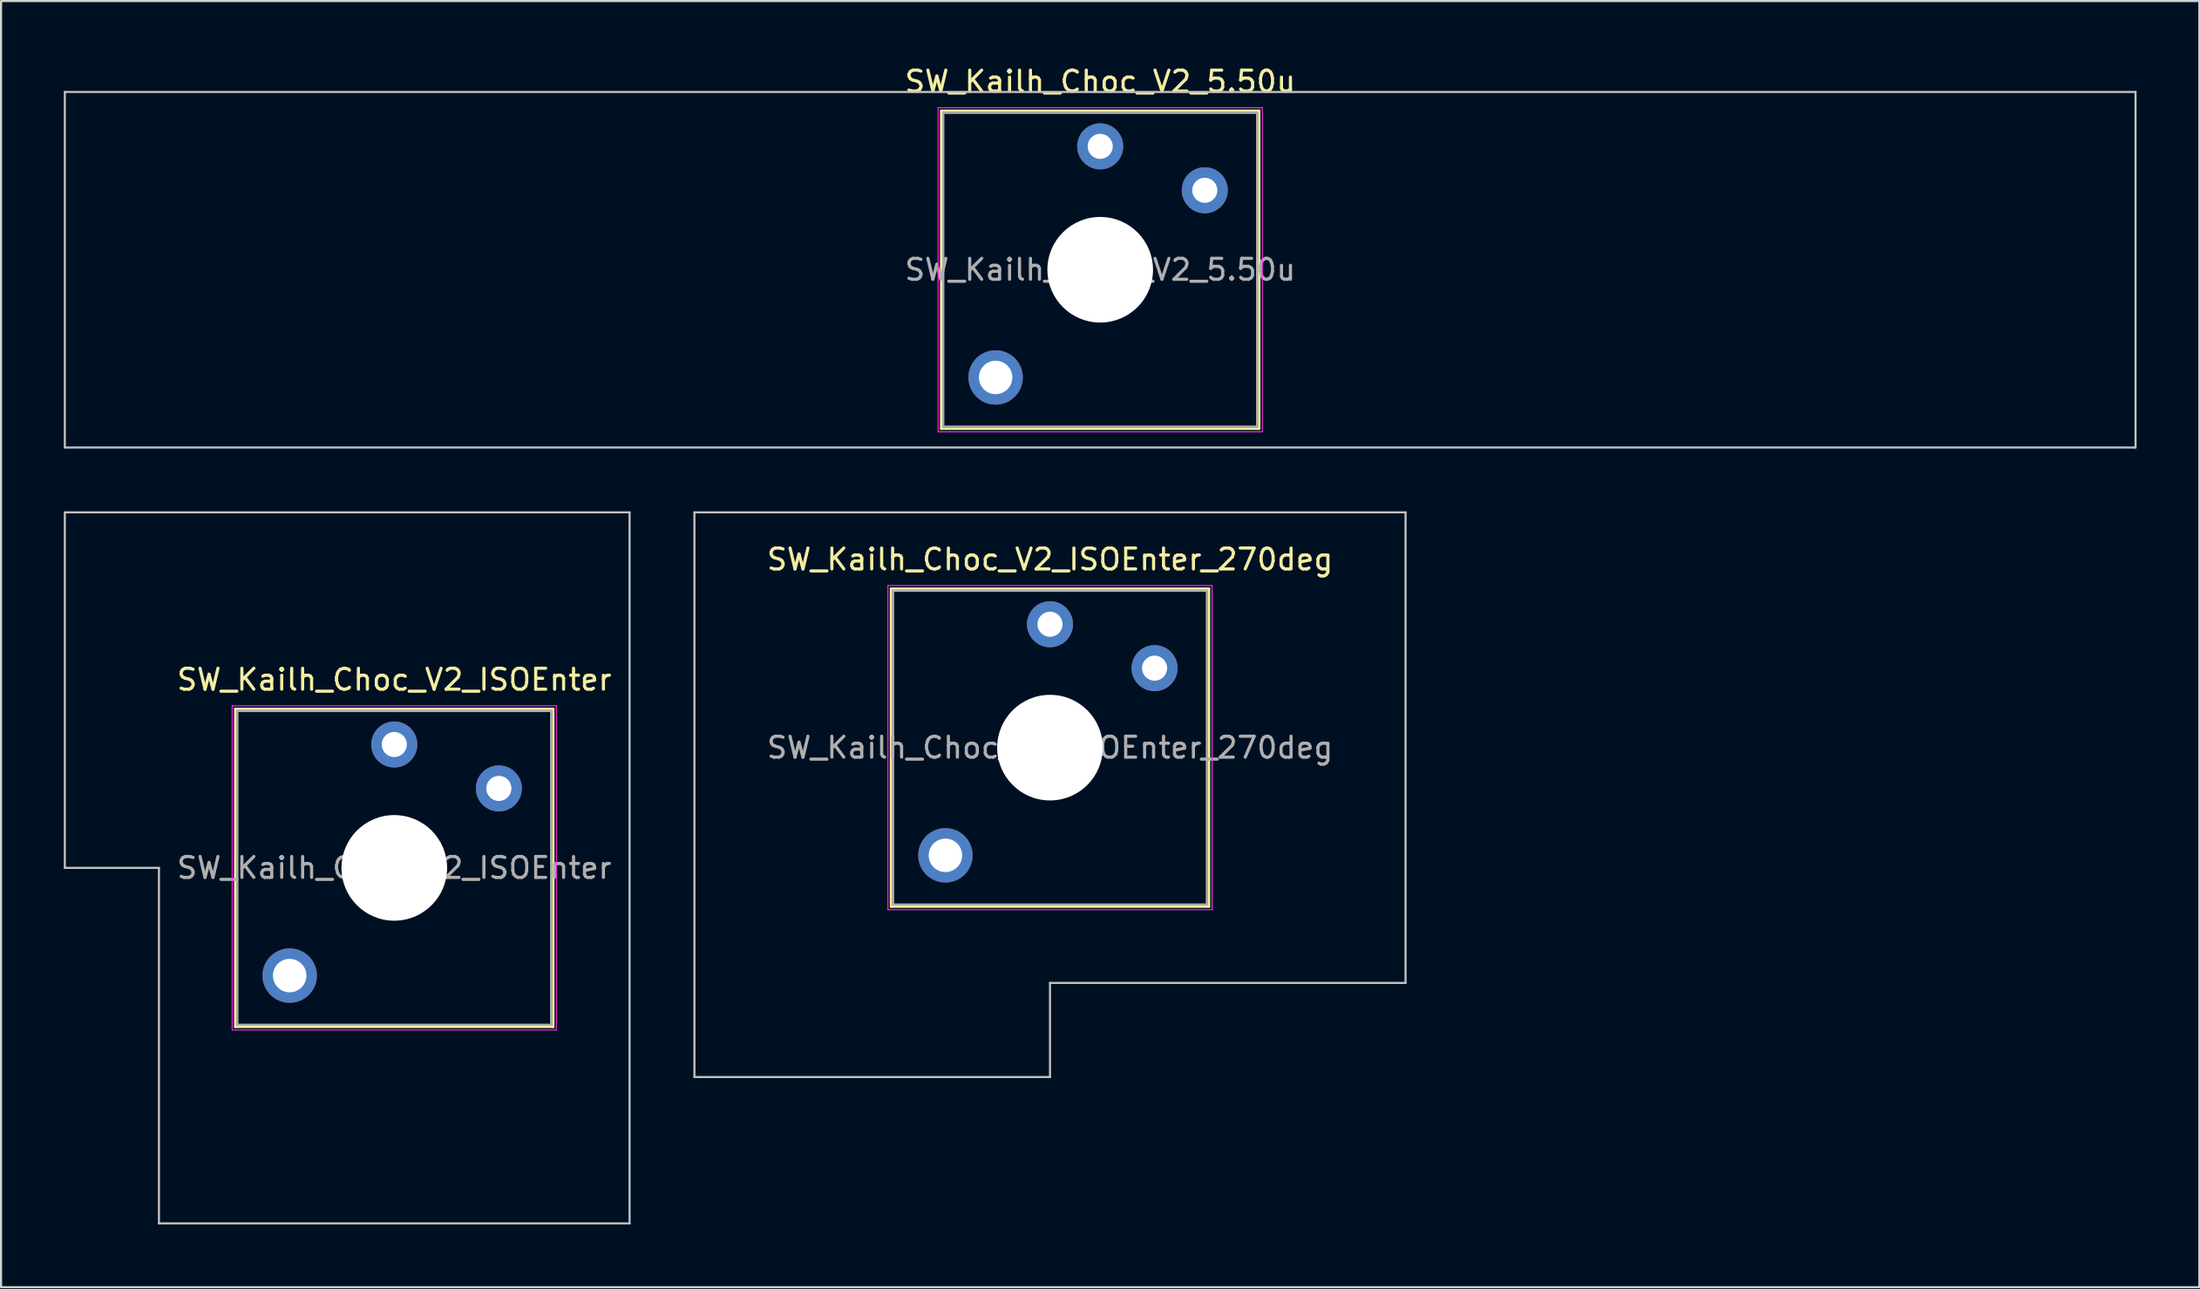
<source format=kicad_pcb>
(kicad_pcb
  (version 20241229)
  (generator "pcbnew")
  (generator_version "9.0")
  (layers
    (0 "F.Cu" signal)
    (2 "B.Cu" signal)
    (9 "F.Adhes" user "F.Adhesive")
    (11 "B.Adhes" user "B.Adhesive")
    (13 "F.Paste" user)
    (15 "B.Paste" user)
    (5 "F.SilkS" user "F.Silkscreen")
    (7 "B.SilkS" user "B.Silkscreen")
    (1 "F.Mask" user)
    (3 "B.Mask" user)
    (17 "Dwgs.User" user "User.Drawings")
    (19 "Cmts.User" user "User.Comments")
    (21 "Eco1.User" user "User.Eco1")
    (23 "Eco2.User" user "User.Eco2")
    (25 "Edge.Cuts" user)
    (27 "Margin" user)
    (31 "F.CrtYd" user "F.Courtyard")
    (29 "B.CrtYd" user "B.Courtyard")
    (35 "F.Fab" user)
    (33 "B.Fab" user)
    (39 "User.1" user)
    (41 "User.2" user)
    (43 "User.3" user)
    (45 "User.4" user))
  (footprint "SW_Kailh_Choc_V2_ISOEnter"
    (layer "F.Cu")
    (at 15.8 38.448)
    (property "Reference" "SW_Kailh_Choc_V2_ISOEnter" (at 0 -9 0) (layer "F.SilkS") (effects (font (size 1 1) (thickness 0.15))))
    (attr through_hole)
    (fp_line (start -7.6 -7.6) (end -7.6 7.6) (stroke (width 0.12) (type solid)) (layer "F.SilkS"))
    (fp_line (start -7.6 7.6) (end 7.6 7.6) (stroke (width 0.12) (type solid)) (layer "F.SilkS"))
    (fp_line (start 7.6 -7.6) (end -7.6 -7.6) (stroke (width 0.12) (type solid)) (layer "F.SilkS"))
    (fp_line (start 7.6 7.6) (end 7.6 -7.6) (stroke (width 0.12) (type solid)) (layer "F.SilkS"))
    (fp_line (start -15.75 -17) (end -15.75 0) (stroke (width 0.1) (type solid)) (layer "Dwgs.User"))
    (fp_line (start -15.75 0) (end -11.25 0) (stroke (width 0.1) (type solid)) (layer "Dwgs.User"))
    (fp_line (start -11.25 0) (end -11.25 17) (stroke (width 0.1) (type solid)) (layer "Dwgs.User"))
    (fp_line (start -11.25 17) (end 11.25 17) (stroke (width 0.1) (type solid)) (layer "Dwgs.User"))
    (fp_line (start 11.25 -17) (end -15.75 -17) (stroke (width 0.1) (type solid)) (layer "Dwgs.User"))
    (fp_line (start 11.25 17) (end 11.25 -17) (stroke (width 0.1) (type solid)) (layer "Dwgs.User"))
    (fp_line (start -7.25 -7.25) (end -7.25 7.25) (stroke (width 0.1) (type solid)) (layer "Eco1.User"))
    (fp_line (start -7.25 7.25) (end 7.25 7.25) (stroke (width 0.1) (type solid)) (layer "Eco1.User"))
    (fp_line (start 7.25 -7.25) (end -7.25 -7.25) (stroke (width 0.1) (type solid)) (layer "Eco1.User"))
    (fp_line (start 7.25 7.25) (end 7.25 -7.25) (stroke (width 0.1) (type solid)) (layer "Eco1.User"))
    (fp_line (start -7.75 -7.75) (end -7.75 7.75) (stroke (width 0.05) (type solid)) (layer "F.CrtYd"))
    (fp_line (start -7.75 7.75) (end 7.75 7.75) (stroke (width 0.05) (type solid)) (layer "F.CrtYd"))
    (fp_line (start 7.75 -7.75) (end -7.75 -7.75) (stroke (width 0.05) (type solid)) (layer "F.CrtYd"))
    (fp_line (start 7.75 7.75) (end 7.75 -7.75) (stroke (width 0.05) (type solid)) (layer "F.CrtYd"))
    (fp_line (start -7.5 -7.5) (end -7.5 7.5) (stroke (width 0.1) (type solid)) (layer "F.Fab"))
    (fp_line (start -7.5 7.5) (end 7.5 7.5) (stroke (width 0.1) (type solid)) (layer "F.Fab"))
    (fp_line (start 7.5 -7.5) (end -7.5 -7.5) (stroke (width 0.1) (type solid)) (layer "F.Fab"))
    (fp_line (start 7.5 7.5) (end 7.5 -7.5) (stroke (width 0.1) (type solid)) (layer "F.Fab"))
    (fp_text user "${REFERENCE}" (at 0 0 0) (layer "F.Fab") (effects (font (size 1 1) (thickness 0.15))))
    (pad "" smd circle (at -5 5.15) (size 1.65 1.65) (layers "F.Mask"))
    (pad "" thru_hole circle (at -5 5.15) (size 2.6 2.6) (drill 1.6) (layers "*.Cu" "B.Mask"))
    (pad "" smd circle (at 0 -5.9) (size 1.25 1.25) (layers "F.Mask"))
    (pad "" np_thru_hole circle (at 0 0) (size 5.05 5.05) (drill 5.05) (layers "*.Cu" "*.Mask"))
    (pad "" smd circle (at 5 -3.8) (size 1.25 1.25) (layers "F.Mask"))
    (pad "1" thru_hole circle (at 0 -5.9) (size 2.2 2.2) (drill 1.2) (layers "*.Cu" "B.Mask"))
    (pad "2" thru_hole circle (at 5 -3.8) (size 2.2 2.2) (drill 1.2) (layers "*.Cu" "B.Mask")))
  (footprint "SW_Kailh_Choc_V2_5.50u"
    (layer "F.Cu")
    (at 49.55 9.848)
    (property "Reference" "SW_Kailh_Choc_V2_5.50u" (at 0 -9 0) (layer "F.SilkS") (effects (font (size 1 1) (thickness 0.15))))
    (attr through_hole)
    (fp_line (start -7.6 -7.6) (end -7.6 7.6) (stroke (width 0.12) (type solid)) (layer "F.SilkS"))
    (fp_line (start -7.6 7.6) (end 7.6 7.6) (stroke (width 0.12) (type solid)) (layer "F.SilkS"))
    (fp_line (start 7.6 -7.6) (end -7.6 -7.6) (stroke (width 0.12) (type solid)) (layer "F.SilkS"))
    (fp_line (start 7.6 7.6) (end 7.6 -7.6) (stroke (width 0.12) (type solid)) (layer "F.SilkS"))
    (fp_line (start -49.5 -8.5) (end -49.5 8.5) (stroke (width 0.1) (type solid)) (layer "Dwgs.User"))
    (fp_line (start -49.5 8.5) (end 49.5 8.5) (stroke (width 0.1) (type solid)) (layer "Dwgs.User"))
    (fp_line (start 49.5 -8.5) (end -49.5 -8.5) (stroke (width 0.1) (type solid)) (layer "Dwgs.User"))
    (fp_line (start 49.5 8.5) (end 49.5 -8.5) (stroke (width 0.1) (type solid)) (layer "Dwgs.User"))
    (fp_line (start -7.25 -7.25) (end -7.25 7.25) (stroke (width 0.1) (type solid)) (layer "Eco1.User"))
    (fp_line (start -7.25 7.25) (end 7.25 7.25) (stroke (width 0.1) (type solid)) (layer "Eco1.User"))
    (fp_line (start 7.25 -7.25) (end -7.25 -7.25) (stroke (width 0.1) (type solid)) (layer "Eco1.User"))
    (fp_line (start 7.25 7.25) (end 7.25 -7.25) (stroke (width 0.1) (type solid)) (layer "Eco1.User"))
    (fp_line (start -7.75 -7.75) (end -7.75 7.75) (stroke (width 0.05) (type solid)) (layer "F.CrtYd"))
    (fp_line (start -7.75 7.75) (end 7.75 7.75) (stroke (width 0.05) (type solid)) (layer "F.CrtYd"))
    (fp_line (start 7.75 -7.75) (end -7.75 -7.75) (stroke (width 0.05) (type solid)) (layer "F.CrtYd"))
    (fp_line (start 7.75 7.75) (end 7.75 -7.75) (stroke (width 0.05) (type solid)) (layer "F.CrtYd"))
    (fp_line (start -7.5 -7.5) (end -7.5 7.5) (stroke (width 0.1) (type solid)) (layer "F.Fab"))
    (fp_line (start -7.5 7.5) (end 7.5 7.5) (stroke (width 0.1) (type solid)) (layer "F.Fab"))
    (fp_line (start 7.5 -7.5) (end -7.5 -7.5) (stroke (width 0.1) (type solid)) (layer "F.Fab"))
    (fp_line (start 7.5 7.5) (end 7.5 -7.5) (stroke (width 0.1) (type solid)) (layer "F.Fab"))
    (fp_text user "${REFERENCE}" (at 0 0 0) (layer "F.Fab") (effects (font (size 1 1) (thickness 0.15))))
    (pad "" smd circle (at -5 5.15) (size 1.65 1.65) (layers "F.Mask"))
    (pad "" thru_hole circle (at -5 5.15) (size 2.6 2.6) (drill 1.6) (layers "*.Cu" "B.Mask"))
    (pad "" smd circle (at 0 -5.9) (size 1.25 1.25) (layers "F.Mask"))
    (pad "" np_thru_hole circle (at 0 0) (size 5.05 5.05) (drill 5.05) (layers "*.Cu" "*.Mask"))
    (pad "" smd circle (at 5 -3.8) (size 1.25 1.25) (layers "F.Mask"))
    (pad "1" thru_hole circle (at 0 -5.9) (size 2.2 2.2) (drill 1.2) (layers "*.Cu" "B.Mask"))
    (pad "2" thru_hole circle (at 5 -3.8) (size 2.2 2.2) (drill 1.2) (layers "*.Cu" "B.Mask")))
  (footprint "SW_Kailh_Choc_V2_ISOEnter_270deg"
    (layer "F.Cu")
    (at 47.15 32.698)
    (property "Reference" "SW_Kailh_Choc_V2_ISOEnter_270deg" (at 0 -9 0) (layer "F.SilkS") (effects (font (size 1 1) (thickness 0.15))))
    (attr through_hole)
    (fp_line (start -7.6 -7.6) (end -7.6 7.6) (stroke (width 0.12) (type solid)) (layer "F.SilkS"))
    (fp_line (start -7.6 7.6) (end 7.6 7.6) (stroke (width 0.12) (type solid)) (layer "F.SilkS"))
    (fp_line (start 7.6 -7.6) (end -7.6 -7.6) (stroke (width 0.12) (type solid)) (layer "F.SilkS"))
    (fp_line (start 7.6 7.6) (end 7.6 -7.6) (stroke (width 0.12) (type solid)) (layer "F.SilkS"))
    (fp_line (start -17 -11.25) (end -17 15.75) (stroke (width 0.1) (type solid)) (layer "Dwgs.User"))
    (fp_line (start -17 15.75) (end 0 15.75) (stroke (width 0.1) (type solid)) (layer "Dwgs.User"))
    (fp_line (start 0 11.25) (end 17 11.25) (stroke (width 0.1) (type solid)) (layer "Dwgs.User"))
    (fp_line (start 0 15.75) (end 0 11.25) (stroke (width 0.1) (type solid)) (layer "Dwgs.User"))
    (fp_line (start 17 -11.25) (end -17 -11.25) (stroke (width 0.1) (type solid)) (layer "Dwgs.User"))
    (fp_line (start 17 11.25) (end 17 -11.25) (stroke (width 0.1) (type solid)) (layer "Dwgs.User"))
    (fp_line (start -7.25 -7.25) (end -7.25 7.25) (stroke (width 0.1) (type solid)) (layer "Eco1.User"))
    (fp_line (start -7.25 7.25) (end 7.25 7.25) (stroke (width 0.1) (type solid)) (layer "Eco1.User"))
    (fp_line (start 7.25 -7.25) (end -7.25 -7.25) (stroke (width 0.1) (type solid)) (layer "Eco1.User"))
    (fp_line (start 7.25 7.25) (end 7.25 -7.25) (stroke (width 0.1) (type solid)) (layer "Eco1.User"))
    (fp_line (start -7.75 -7.75) (end -7.75 7.75) (stroke (width 0.05) (type solid)) (layer "F.CrtYd"))
    (fp_line (start -7.75 7.75) (end 7.75 7.75) (stroke (width 0.05) (type solid)) (layer "F.CrtYd"))
    (fp_line (start 7.75 -7.75) (end -7.75 -7.75) (stroke (width 0.05) (type solid)) (layer "F.CrtYd"))
    (fp_line (start 7.75 7.75) (end 7.75 -7.75) (stroke (width 0.05) (type solid)) (layer "F.CrtYd"))
    (fp_line (start -7.5 -7.5) (end -7.5 7.5) (stroke (width 0.1) (type solid)) (layer "F.Fab"))
    (fp_line (start -7.5 7.5) (end 7.5 7.5) (stroke (width 0.1) (type solid)) (layer "F.Fab"))
    (fp_line (start 7.5 -7.5) (end -7.5 -7.5) (stroke (width 0.1) (type solid)) (layer "F.Fab"))
    (fp_line (start 7.5 7.5) (end 7.5 -7.5) (stroke (width 0.1) (type solid)) (layer "F.Fab"))
    (fp_text user "${REFERENCE}" (at 0 0 0) (layer "F.Fab") (effects (font (size 1 1) (thickness 0.15))))
    (pad "" smd circle (at -5 5.15) (size 1.65 1.65) (layers "F.Mask"))
    (pad "" thru_hole circle (at -5 5.15) (size 2.6 2.6) (drill 1.6) (layers "*.Cu" "B.Mask"))
    (pad "" smd circle (at 0 -5.9) (size 1.25 1.25) (layers "F.Mask"))
    (pad "" np_thru_hole circle (at 0 0) (size 5.05 5.05) (drill 5.05) (layers "*.Cu" "*.Mask"))
    (pad "" smd circle (at 5 -3.8) (size 1.25 1.25) (layers "F.Mask"))
    (pad "1" thru_hole circle (at 0 -5.9) (size 2.2 2.2) (drill 1.2) (layers "*.Cu" "B.Mask"))
    (pad "2" thru_hole circle (at 5 -3.8) (size 2.2 2.2) (drill 1.2) (layers "*.Cu" "B.Mask")))
  (gr_rect
    (start -3 -3)
    (end 102.1 58.498)
    (stroke (width 0.1) (type default))
    (fill no)
    (layer "Edge.Cuts")))
</source>
